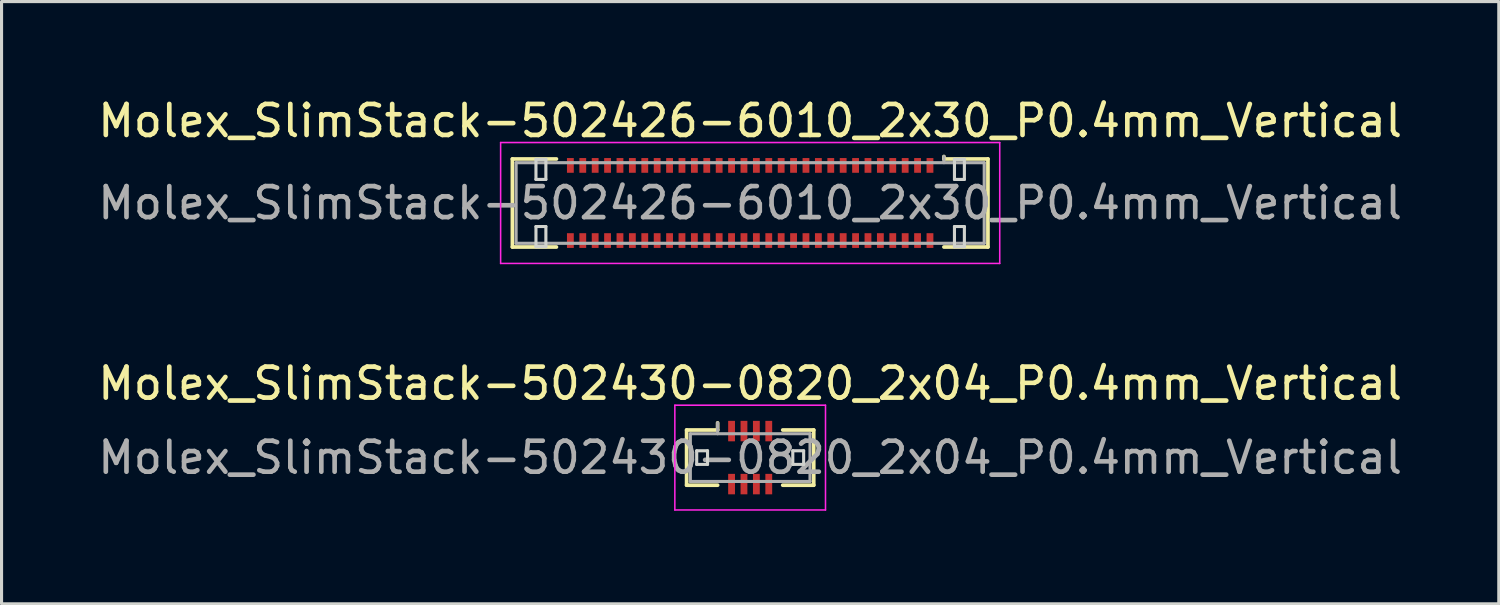
<source format=kicad_pcb>
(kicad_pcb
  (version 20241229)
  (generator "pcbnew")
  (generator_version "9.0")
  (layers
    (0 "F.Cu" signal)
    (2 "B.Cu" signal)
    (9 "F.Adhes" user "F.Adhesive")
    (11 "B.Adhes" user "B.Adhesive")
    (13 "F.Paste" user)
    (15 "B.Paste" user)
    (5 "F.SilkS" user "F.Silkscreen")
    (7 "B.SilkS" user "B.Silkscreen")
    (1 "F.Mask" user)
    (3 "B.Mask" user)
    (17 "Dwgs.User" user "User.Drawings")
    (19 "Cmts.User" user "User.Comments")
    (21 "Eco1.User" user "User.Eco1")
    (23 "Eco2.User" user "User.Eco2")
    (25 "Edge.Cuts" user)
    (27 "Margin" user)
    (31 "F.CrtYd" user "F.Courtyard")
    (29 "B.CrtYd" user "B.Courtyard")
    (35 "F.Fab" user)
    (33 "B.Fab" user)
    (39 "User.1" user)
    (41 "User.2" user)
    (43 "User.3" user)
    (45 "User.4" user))
  (footprint "Molex_SlimStack-502430-0820_2x04_P0.4mm_Vertical"
    (layer "F.Cu")
    (at 21.149 11.711)
    (property "Reference" "Molex_SlimStack-502430-0820_2x04_P0.4mm_Vertical" (at 0 -2.39 0) (layer "F.SilkS") (effects (font (size 1 1) (thickness 0.15))))
    (attr smd)
    (fp_line (start -2.05 -0.89) (end -1.05 -0.89) (stroke (width 0.12) (type solid)) (layer "F.SilkS"))
    (fp_line (start -2.05 0.89) (end -2.05 -0.89) (stroke (width 0.12) (type solid)) (layer "F.SilkS"))
    (fp_line (start -1.05 -0.89) (end -1.05 -1.12) (stroke (width 0.12) (type solid)) (layer "F.SilkS"))
    (fp_line (start -1.05 0.89) (end -2.05 0.89) (stroke (width 0.12) (type solid)) (layer "F.SilkS"))
    (fp_line (start 1.05 0.89) (end 2.05 0.89) (stroke (width 0.12) (type solid)) (layer "F.SilkS"))
    (fp_line (start 2.05 -0.89) (end 1.05 -0.89) (stroke (width 0.12) (type solid)) (layer "F.SilkS"))
    (fp_line (start 2.05 0.89) (end 2.05 -0.89) (stroke (width 0.12) (type solid)) (layer "F.SilkS"))
    (fp_line (start -1.725 -0.22) (end -1.725 0.22) (stroke (width 0.1) (type solid)) (layer "Edge.Cuts"))
    (fp_line (start -1.725 0.22) (end -1.375 0.22) (stroke (width 0.1) (type solid)) (layer "Edge.Cuts"))
    (fp_line (start -1.375 -0.22) (end -1.725 -0.22) (stroke (width 0.1) (type solid)) (layer "Edge.Cuts"))
    (fp_line (start -1.375 0.22) (end -1.375 -0.22) (stroke (width 0.1) (type solid)) (layer "Edge.Cuts"))
    (fp_line (start 1.375 -0.22) (end 1.375 0.22) (stroke (width 0.1) (type solid)) (layer "Edge.Cuts"))
    (fp_line (start 1.375 0.22) (end 1.725 0.22) (stroke (width 0.1) (type solid)) (layer "Edge.Cuts"))
    (fp_line (start 1.725 -0.22) (end 1.375 -0.22) (stroke (width 0.1) (type solid)) (layer "Edge.Cuts"))
    (fp_line (start 1.725 0.22) (end 1.725 -0.22) (stroke (width 0.1) (type solid)) (layer "Edge.Cuts"))
    (fp_line (start -2.43 -1.69) (end -2.43 1.69) (stroke (width 0.05) (type solid)) (layer "F.CrtYd"))
    (fp_line (start -2.43 1.69) (end 2.43 1.69) (stroke (width 0.05) (type solid)) (layer "F.CrtYd"))
    (fp_line (start 2.43 -1.69) (end -2.43 -1.69) (stroke (width 0.05) (type solid)) (layer "F.CrtYd"))
    (fp_line (start 2.43 1.69) (end 2.43 -1.69) (stroke (width 0.05) (type solid)) (layer "F.CrtYd"))
    (fp_line (start -1.93 -0.77) (end -1.93 0.77) (stroke (width 0.1) (type solid)) (layer "F.Fab"))
    (fp_line (start -1.93 0.77) (end 1.93 0.77) (stroke (width 0.1) (type solid)) (layer "F.Fab"))
    (fp_line (start -1.05 -0.77) (end -1.05 -1.12) (stroke (width 0.1) (type solid)) (layer "F.Fab"))
    (fp_line (start 1.93 -0.77) (end -1.93 -0.77) (stroke (width 0.1) (type solid)) (layer "F.Fab"))
    (fp_line (start 1.93 0.77) (end 1.93 -0.77) (stroke (width 0.1) (type solid)) (layer "F.Fab"))
    (fp_text user "${REFERENCE}" (at 0 0 0) (layer "F.Fab") (effects (font (size 1 1) (thickness 0.15))))
    (pad "1" smd rect (at -0.6 -0.855) (size 0.22 0.66) (layers "F.Cu" "F.Mask" "F.Paste"))
    (pad "2" smd rect (at -0.6 0.855) (size 0.22 0.66) (layers "F.Cu" "F.Mask" "F.Paste"))
    (pad "3" smd rect (at -0.2 -0.855) (size 0.22 0.66) (layers "F.Cu" "F.Mask" "F.Paste"))
    (pad "4" smd rect (at -0.2 0.855) (size 0.22 0.66) (layers "F.Cu" "F.Mask" "F.Paste"))
    (pad "5" smd rect (at 0.2 -0.855) (size 0.22 0.66) (layers "F.Cu" "F.Mask" "F.Paste"))
    (pad "6" smd rect (at 0.2 0.855) (size 0.22 0.66) (layers "F.Cu" "F.Mask" "F.Paste"))
    (pad "7" smd rect (at 0.6 -0.855) (size 0.22 0.66) (layers "F.Cu" "F.Mask" "F.Paste"))
    (pad "8" smd rect (at 0.6 0.855) (size 0.22 0.66) (layers "F.Cu" "F.Mask" "F.Paste")))
  (footprint "Molex_SlimStack-502426-6010_2x30_P0.4mm_Vertical"
    (layer "F.Cu")
    (at 21.149 3.498)
    (property "Reference" "Molex_SlimStack-502426-6010_2x30_P0.4mm_Vertical" (at 0 -2.65 0) (layer "F.SilkS") (effects (font (size 1 1) (thickness 0.15))))
    (attr smd)
    (fp_line (start -7.67 -1.42) (end -6.25 -1.42) (stroke (width 0.12) (type solid)) (layer "F.SilkS"))
    (fp_line (start -7.67 1.42) (end -7.67 -1.42) (stroke (width 0.12) (type solid)) (layer "F.SilkS"))
    (fp_line (start -6.25 1.42) (end -7.67 1.42) (stroke (width 0.12) (type solid)) (layer "F.SilkS"))
    (fp_line (start 6.25 -1.42) (end 6.25 -1.5) (stroke (width 0.12) (type solid)) (layer "F.SilkS"))
    (fp_line (start 6.25 1.42) (end 7.67 1.42) (stroke (width 0.12) (type solid)) (layer "F.SilkS"))
    (fp_line (start 7.67 -1.42) (end 6.25 -1.42) (stroke (width 0.12) (type solid)) (layer "F.SilkS"))
    (fp_line (start 7.67 1.42) (end 7.67 -1.42) (stroke (width 0.12) (type solid)) (layer "F.SilkS"))
    (fp_line (start -6.91 -1.41) (end -6.91 -0.76) (stroke (width 0.1) (type solid)) (layer "Edge.Cuts"))
    (fp_line (start -6.91 -0.76) (end -6.59 -0.76) (stroke (width 0.1) (type solid)) (layer "Edge.Cuts"))
    (fp_line (start -6.91 0.76) (end -6.91 1.41) (stroke (width 0.1) (type solid)) (layer "Edge.Cuts"))
    (fp_line (start -6.91 1.41) (end -6.59 1.41) (stroke (width 0.1) (type solid)) (layer "Edge.Cuts"))
    (fp_line (start -6.59 -1.41) (end -6.91 -1.41) (stroke (width 0.1) (type solid)) (layer "Edge.Cuts"))
    (fp_line (start -6.59 -0.76) (end -6.59 -1.41) (stroke (width 0.1) (type solid)) (layer "Edge.Cuts"))
    (fp_line (start -6.59 0.76) (end -6.91 0.76) (stroke (width 0.1) (type solid)) (layer "Edge.Cuts"))
    (fp_line (start -6.59 1.41) (end -6.59 0.76) (stroke (width 0.1) (type solid)) (layer "Edge.Cuts"))
    (fp_line (start 6.59 -1.41) (end 6.59 -0.76) (stroke (width 0.1) (type solid)) (layer "Edge.Cuts"))
    (fp_line (start 6.59 -0.76) (end 6.91 -0.76) (stroke (width 0.1) (type solid)) (layer "Edge.Cuts"))
    (fp_line (start 6.59 0.76) (end 6.59 1.41) (stroke (width 0.1) (type solid)) (layer "Edge.Cuts"))
    (fp_line (start 6.59 1.41) (end 6.91 1.41) (stroke (width 0.1) (type solid)) (layer "Edge.Cuts"))
    (fp_line (start 6.91 -1.41) (end 6.59 -1.41) (stroke (width 0.1) (type solid)) (layer "Edge.Cuts"))
    (fp_line (start 6.91 -0.76) (end 6.91 -1.41) (stroke (width 0.1) (type solid)) (layer "Edge.Cuts"))
    (fp_line (start 6.91 0.76) (end 6.59 0.76) (stroke (width 0.1) (type solid)) (layer "Edge.Cuts"))
    (fp_line (start 6.91 1.41) (end 6.91 0.76) (stroke (width 0.1) (type solid)) (layer "Edge.Cuts"))
    (fp_line (start -8.05 -1.95) (end -8.05 1.95) (stroke (width 0.05) (type solid)) (layer "F.CrtYd"))
    (fp_line (start -8.05 1.95) (end 8.05 1.95) (stroke (width 0.05) (type solid)) (layer "F.CrtYd"))
    (fp_line (start 8.05 -1.95) (end -8.05 -1.95) (stroke (width 0.05) (type solid)) (layer "F.CrtYd"))
    (fp_line (start 8.05 1.95) (end 8.05 -1.95) (stroke (width 0.05) (type solid)) (layer "F.CrtYd"))
    (fp_line (start -7.55 -1.3) (end -7.55 1.3) (stroke (width 0.1) (type solid)) (layer "F.Fab"))
    (fp_line (start -7.55 1.3) (end 7.55 1.3) (stroke (width 0.1) (type solid)) (layer "F.Fab"))
    (fp_line (start 6.25 -1.3) (end 6.25 -1.5) (stroke (width 0.1) (type solid)) (layer "F.Fab"))
    (fp_line (start 7.55 -1.3) (end -7.55 -1.3) (stroke (width 0.1) (type solid)) (layer "F.Fab"))
    (fp_line (start 7.55 1.3) (end 7.55 -1.3) (stroke (width 0.1) (type solid)) (layer "F.Fab"))
    (fp_text user "${REFERENCE}" (at 0 0 0) (layer "F.Fab") (effects (font (size 1 1) (thickness 0.15))))
    (pad "1" smd rect (at 5.8 -1.212) (size 0.22 0.475) (layers "F.Cu" "F.Mask" "F.Paste"))
    (pad "2" smd rect (at 5.8 1.212) (size 0.22 0.475) (layers "F.Cu" "F.Mask" "F.Paste"))
    (pad "3" smd rect (at 5.4 -1.212) (size 0.22 0.475) (layers "F.Cu" "F.Mask" "F.Paste"))
    (pad "4" smd rect (at 5.4 1.212) (size 0.22 0.475) (layers "F.Cu" "F.Mask" "F.Paste"))
    (pad "5" smd rect (at 5 -1.212) (size 0.22 0.475) (layers "F.Cu" "F.Mask" "F.Paste"))
    (pad "6" smd rect (at 5 1.212) (size 0.22 0.475) (layers "F.Cu" "F.Mask" "F.Paste"))
    (pad "7" smd rect (at 4.6 -1.212) (size 0.22 0.475) (layers "F.Cu" "F.Mask" "F.Paste"))
    (pad "8" smd rect (at 4.6 1.212) (size 0.22 0.475) (layers "F.Cu" "F.Mask" "F.Paste"))
    (pad "9" smd rect (at 4.2 -1.212) (size 0.22 0.475) (layers "F.Cu" "F.Mask" "F.Paste"))
    (pad "10" smd rect (at 4.2 1.212) (size 0.22 0.475) (layers "F.Cu" "F.Mask" "F.Paste"))
    (pad "11" smd rect (at 3.8 -1.212) (size 0.22 0.475) (layers "F.Cu" "F.Mask" "F.Paste"))
    (pad "12" smd rect (at 3.8 1.212) (size 0.22 0.475) (layers "F.Cu" "F.Mask" "F.Paste"))
    (pad "13" smd rect (at 3.4 -1.212) (size 0.22 0.475) (layers "F.Cu" "F.Mask" "F.Paste"))
    (pad "14" smd rect (at 3.4 1.212) (size 0.22 0.475) (layers "F.Cu" "F.Mask" "F.Paste"))
    (pad "15" smd rect (at 3 -1.212) (size 0.22 0.475) (layers "F.Cu" "F.Mask" "F.Paste"))
    (pad "16" smd rect (at 3 1.212) (size 0.22 0.475) (layers "F.Cu" "F.Mask" "F.Paste"))
    (pad "17" smd rect (at 2.6 -1.212) (size 0.22 0.475) (layers "F.Cu" "F.Mask" "F.Paste"))
    (pad "18" smd rect (at 2.6 1.212) (size 0.22 0.475) (layers "F.Cu" "F.Mask" "F.Paste"))
    (pad "19" smd rect (at 2.2 -1.212) (size 0.22 0.475) (layers "F.Cu" "F.Mask" "F.Paste"))
    (pad "20" smd rect (at 2.2 1.212) (size 0.22 0.475) (layers "F.Cu" "F.Mask" "F.Paste"))
    (pad "21" smd rect (at 1.8 -1.212) (size 0.22 0.475) (layers "F.Cu" "F.Mask" "F.Paste"))
    (pad "22" smd rect (at 1.8 1.212) (size 0.22 0.475) (layers "F.Cu" "F.Mask" "F.Paste"))
    (pad "23" smd rect (at 1.4 -1.212) (size 0.22 0.475) (layers "F.Cu" "F.Mask" "F.Paste"))
    (pad "24" smd rect (at 1.4 1.212) (size 0.22 0.475) (layers "F.Cu" "F.Mask" "F.Paste"))
    (pad "25" smd rect (at 1 -1.212) (size 0.22 0.475) (layers "F.Cu" "F.Mask" "F.Paste"))
    (pad "26" smd rect (at 1 1.212) (size 0.22 0.475) (layers "F.Cu" "F.Mask" "F.Paste"))
    (pad "27" smd rect (at 0.6 -1.212) (size 0.22 0.475) (layers "F.Cu" "F.Mask" "F.Paste"))
    (pad "28" smd rect (at 0.6 1.212) (size 0.22 0.475) (layers "F.Cu" "F.Mask" "F.Paste"))
    (pad "29" smd rect (at 0.2 -1.212) (size 0.22 0.475) (layers "F.Cu" "F.Mask" "F.Paste"))
    (pad "30" smd rect (at 0.2 1.212) (size 0.22 0.475) (layers "F.Cu" "F.Mask" "F.Paste"))
    (pad "31" smd rect (at -0.2 -1.212) (size 0.22 0.475) (layers "F.Cu" "F.Mask" "F.Paste"))
    (pad "32" smd rect (at -0.2 1.212) (size 0.22 0.475) (layers "F.Cu" "F.Mask" "F.Paste"))
    (pad "33" smd rect (at -0.6 -1.212) (size 0.22 0.475) (layers "F.Cu" "F.Mask" "F.Paste"))
    (pad "34" smd rect (at -0.6 1.212) (size 0.22 0.475) (layers "F.Cu" "F.Mask" "F.Paste"))
    (pad "35" smd rect (at -1 -1.212) (size 0.22 0.475) (layers "F.Cu" "F.Mask" "F.Paste"))
    (pad "36" smd rect (at -1 1.212) (size 0.22 0.475) (layers "F.Cu" "F.Mask" "F.Paste"))
    (pad "37" smd rect (at -1.4 -1.212) (size 0.22 0.475) (layers "F.Cu" "F.Mask" "F.Paste"))
    (pad "38" smd rect (at -1.4 1.212) (size 0.22 0.475) (layers "F.Cu" "F.Mask" "F.Paste"))
    (pad "39" smd rect (at -1.8 -1.212) (size 0.22 0.475) (layers "F.Cu" "F.Mask" "F.Paste"))
    (pad "40" smd rect (at -1.8 1.212) (size 0.22 0.475) (layers "F.Cu" "F.Mask" "F.Paste"))
    (pad "41" smd rect (at -2.2 -1.212) (size 0.22 0.475) (layers "F.Cu" "F.Mask" "F.Paste"))
    (pad "42" smd rect (at -2.2 1.212) (size 0.22 0.475) (layers "F.Cu" "F.Mask" "F.Paste"))
    (pad "43" smd rect (at -2.6 -1.212) (size 0.22 0.475) (layers "F.Cu" "F.Mask" "F.Paste"))
    (pad "44" smd rect (at -2.6 1.212) (size 0.22 0.475) (layers "F.Cu" "F.Mask" "F.Paste"))
    (pad "45" smd rect (at -3 -1.212) (size 0.22 0.475) (layers "F.Cu" "F.Mask" "F.Paste"))
    (pad "46" smd rect (at -3 1.212) (size 0.22 0.475) (layers "F.Cu" "F.Mask" "F.Paste"))
    (pad "47" smd rect (at -3.4 -1.212) (size 0.22 0.475) (layers "F.Cu" "F.Mask" "F.Paste"))
    (pad "48" smd rect (at -3.4 1.212) (size 0.22 0.475) (layers "F.Cu" "F.Mask" "F.Paste"))
    (pad "49" smd rect (at -3.8 -1.212) (size 0.22 0.475) (layers "F.Cu" "F.Mask" "F.Paste"))
    (pad "50" smd rect (at -3.8 1.212) (size 0.22 0.475) (layers "F.Cu" "F.Mask" "F.Paste"))
    (pad "51" smd rect (at -4.2 -1.212) (size 0.22 0.475) (layers "F.Cu" "F.Mask" "F.Paste"))
    (pad "52" smd rect (at -4.2 1.212) (size 0.22 0.475) (layers "F.Cu" "F.Mask" "F.Paste"))
    (pad "53" smd rect (at -4.6 -1.212) (size 0.22 0.475) (layers "F.Cu" "F.Mask" "F.Paste"))
    (pad "54" smd rect (at -4.6 1.212) (size 0.22 0.475) (layers "F.Cu" "F.Mask" "F.Paste"))
    (pad "55" smd rect (at -5 -1.212) (size 0.22 0.475) (layers "F.Cu" "F.Mask" "F.Paste"))
    (pad "56" smd rect (at -5 1.212) (size 0.22 0.475) (layers "F.Cu" "F.Mask" "F.Paste"))
    (pad "57" smd rect (at -5.4 -1.212) (size 0.22 0.475) (layers "F.Cu" "F.Mask" "F.Paste"))
    (pad "58" smd rect (at -5.4 1.212) (size 0.22 0.475) (layers "F.Cu" "F.Mask" "F.Paste"))
    (pad "59" smd rect (at -5.8 -1.212) (size 0.22 0.475) (layers "F.Cu" "F.Mask" "F.Paste"))
    (pad "60" smd rect (at -5.8 1.212) (size 0.22 0.475) (layers "F.Cu" "F.Mask" "F.Paste")))
  (gr_rect
    (start -3 -3)
    (end 45.298 16.427)
    (stroke (width 0.1) (type default))
    (fill no)
    (layer "Edge.Cuts")))
</source>
